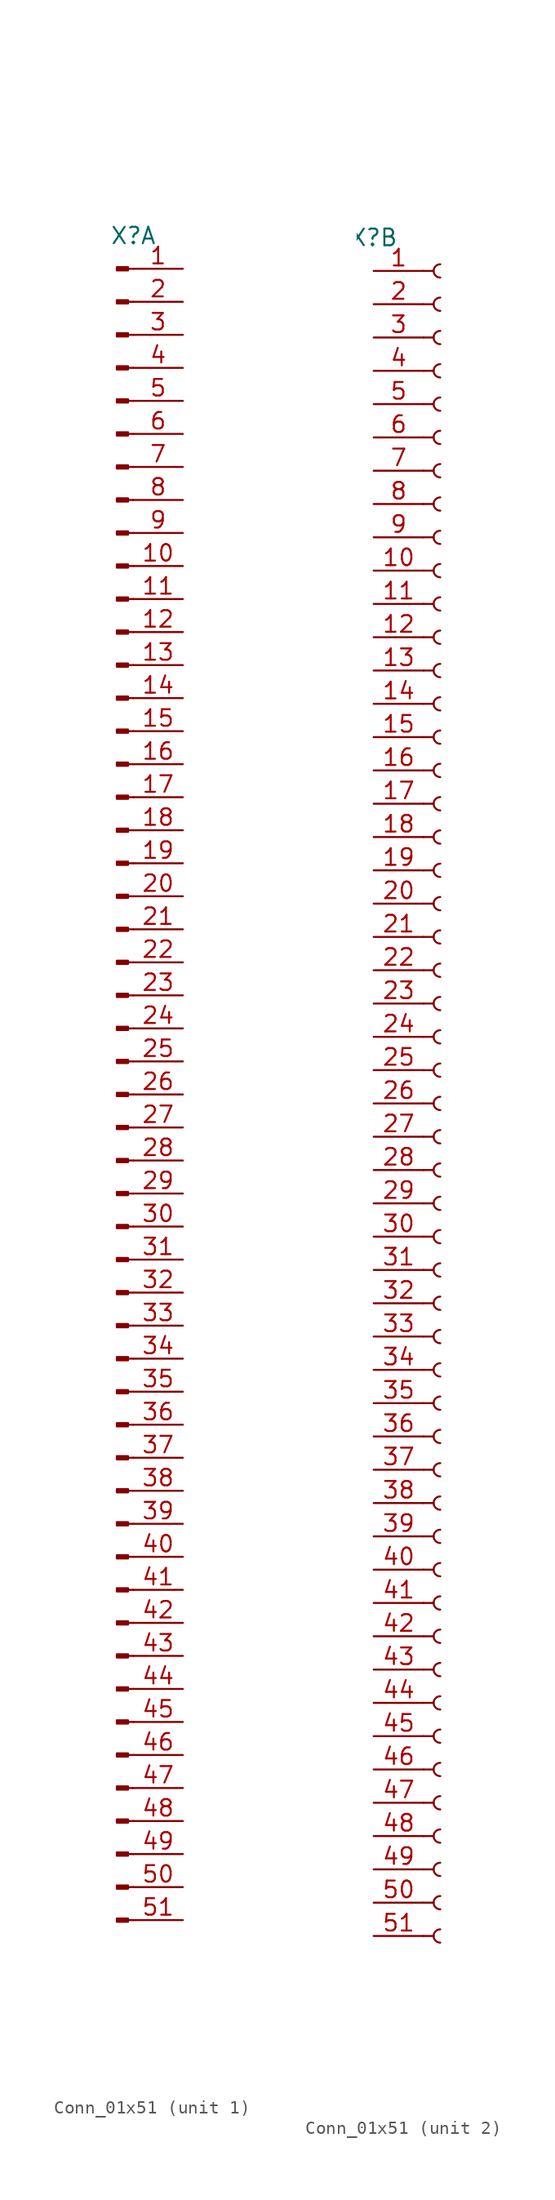
<source format=kicad_sym>
(kicad_symbol_lib
  (version 20241209)
  (generator "kicad_symbol_editor")
  (generator_version "9.0")
  (symbol "Conn_01x51"
    (pin_names
      (offset 1.016)
      (hide yes))
    (property "Reference" "X"
      (at 0 66.04 0)
      (effects (font (size 1.27 1.27))))
    (property "ki_locked" ""
      (at 0 0 0)
      (effects (font (size 1.27 1.27))))
    (symbol "Conn_01x51_1_1"
      (rectangle (start -0.406 63.627) (end -1.27 63.373) (stroke (width 0.152) (type default)) (fill (type outline)))
      (rectangle (start -0.406 61.087) (end -1.27 60.833) (stroke (width 0.152) (type default)) (fill (type outline)))
      (rectangle (start -0.406 58.547) (end -1.27 58.293) (stroke (width 0.152) (type default)) (fill (type outline)))
      (rectangle (start -0.406 56.007) (end -1.27 55.753) (stroke (width 0.152) (type default)) (fill (type outline)))
      (rectangle (start -0.406 53.467) (end -1.27 53.213) (stroke (width 0.152) (type default)) (fill (type outline)))
      (rectangle (start -0.406 50.927) (end -1.27 50.673) (stroke (width 0.152) (type default)) (fill (type outline)))
      (rectangle (start -0.406 48.387) (end -1.27 48.133) (stroke (width 0.152) (type default)) (fill (type outline)))
      (rectangle (start -0.406 45.847) (end -1.27 45.593) (stroke (width 0.152) (type default)) (fill (type outline)))
      (rectangle (start -0.406 43.307) (end -1.27 43.053) (stroke (width 0.152) (type default)) (fill (type outline)))
      (rectangle (start -0.406 40.767) (end -1.27 40.513) (stroke (width 0.152) (type default)) (fill (type outline)))
      (rectangle (start -0.406 38.227) (end -1.27 37.973) (stroke (width 0.152) (type default)) (fill (type outline)))
      (rectangle (start -0.406 35.687) (end -1.27 35.433) (stroke (width 0.152) (type default)) (fill (type outline)))
      (rectangle (start -0.406 33.147) (end -1.27 32.893) (stroke (width 0.152) (type default)) (fill (type outline)))
      (rectangle (start -0.406 30.607) (end -1.27 30.353) (stroke (width 0.152) (type default)) (fill (type outline)))
      (rectangle (start -0.406 28.067) (end -1.27 27.813) (stroke (width 0.152) (type default)) (fill (type outline)))
      (rectangle (start -0.406 25.527) (end -1.27 25.273) (stroke (width 0.152) (type default)) (fill (type outline)))
      (rectangle (start -0.406 22.987) (end -1.27 22.733) (stroke (width 0.152) (type default)) (fill (type outline)))
      (rectangle (start -0.406 20.447) (end -1.27 20.193) (stroke (width 0.152) (type default)) (fill (type outline)))
      (rectangle (start -0.406 17.907) (end -1.27 17.653) (stroke (width 0.152) (type default)) (fill (type outline)))
      (rectangle (start -0.406 15.367) (end -1.27 15.113) (stroke (width 0.152) (type default)) (fill (type outline)))
      (rectangle (start -0.406 12.827) (end -1.27 12.573) (stroke (width 0.152) (type default)) (fill (type outline)))
      (rectangle (start -0.406 10.287) (end -1.27 10.033) (stroke (width 0.152) (type default)) (fill (type outline)))
      (rectangle (start -0.406 7.747) (end -1.27 7.493) (stroke (width 0.152) (type default)) (fill (type outline)))
      (rectangle (start -0.406 5.207) (end -1.27 4.953) (stroke (width 0.152) (type default)) (fill (type outline)))
      (rectangle (start -0.406 2.667) (end -1.27 2.413) (stroke (width 0.152) (type default)) (fill (type outline)))
      (rectangle (start -0.406 0.127) (end -1.27 -0.127) (stroke (width 0.152) (type default)) (fill (type outline)))
      (rectangle (start -0.406 -2.413) (end -1.27 -2.667) (stroke (width 0.152) (type default)) (fill (type outline)))
      (rectangle (start -0.406 -4.953) (end -1.27 -5.207) (stroke (width 0.152) (type default)) (fill (type outline)))
      (rectangle (start -0.406 -7.493) (end -1.27 -7.747) (stroke (width 0.152) (type default)) (fill (type outline)))
      (rectangle (start -0.406 -10.033) (end -1.27 -10.287) (stroke (width 0.152) (type default)) (fill (type outline)))
      (rectangle (start -0.406 -12.573) (end -1.27 -12.827) (stroke (width 0.152) (type default)) (fill (type outline)))
      (rectangle (start -0.406 -15.113) (end -1.27 -15.367) (stroke (width 0.152) (type default)) (fill (type outline)))
      (rectangle (start -0.406 -17.653) (end -1.27 -17.907) (stroke (width 0.152) (type default)) (fill (type outline)))
      (rectangle (start -0.406 -20.193) (end -1.27 -20.447) (stroke (width 0.152) (type default)) (fill (type outline)))
      (rectangle (start -0.406 -22.733) (end -1.27 -22.987) (stroke (width 0.152) (type default)) (fill (type outline)))
      (rectangle (start -0.406 -25.273) (end -1.27 -25.527) (stroke (width 0.152) (type default)) (fill (type outline)))
      (rectangle (start -0.406 -27.813) (end -1.27 -28.067) (stroke (width 0.152) (type default)) (fill (type outline)))
      (rectangle (start -0.406 -30.353) (end -1.27 -30.607) (stroke (width 0.152) (type default)) (fill (type outline)))
      (rectangle (start -0.406 -32.893) (end -1.27 -33.147) (stroke (width 0.152) (type default)) (fill (type outline)))
      (rectangle (start -0.406 -35.433) (end -1.27 -35.687) (stroke (width 0.152) (type default)) (fill (type outline)))
      (rectangle (start -0.406 -37.973) (end -1.27 -38.227) (stroke (width 0.152) (type default)) (fill (type outline)))
      (rectangle (start -0.406 -40.513) (end -1.27 -40.767) (stroke (width 0.152) (type default)) (fill (type outline)))
      (rectangle (start -0.406 -43.053) (end -1.27 -43.307) (stroke (width 0.152) (type default)) (fill (type outline)))
      (rectangle (start -0.406 -45.593) (end -1.27 -45.847) (stroke (width 0.152) (type default)) (fill (type outline)))
      (rectangle (start -0.406 -48.133) (end -1.27 -48.387) (stroke (width 0.152) (type default)) (fill (type outline)))
      (rectangle (start -0.406 -50.673) (end -1.27 -50.927) (stroke (width 0.152) (type default)) (fill (type outline)))
      (rectangle (start -0.406 -53.213) (end -1.27 -53.467) (stroke (width 0.152) (type default)) (fill (type outline)))
      (rectangle (start -0.406 -55.753) (end -1.27 -56.007) (stroke (width 0.152) (type default)) (fill (type outline)))
      (rectangle (start -0.406 -58.293) (end -1.27 -58.547) (stroke (width 0.152) (type default)) (fill (type outline)))
      (rectangle (start -0.406 -60.833) (end -1.27 -61.087) (stroke (width 0.152) (type default)) (fill (type outline)))
      (rectangle (start -0.406 -63.373) (end -1.27 -63.627) (stroke (width 0.152) (type default)) (fill (type outline)))
      (polyline (pts (xy 0 63.5) (xy -0.406 63.5)) (stroke (width 0.152) (type default)) (fill (type none)))
      (polyline (pts (xy 0 60.96) (xy -0.406 60.96)) (stroke (width 0.152) (type default)) (fill (type none)))
      (polyline (pts (xy 0 58.42) (xy -0.406 58.42)) (stroke (width 0.152) (type default)) (fill (type none)))
      (polyline (pts (xy 0 55.88) (xy -0.406 55.88)) (stroke (width 0.152) (type default)) (fill (type none)))
      (polyline (pts (xy 0 53.34) (xy -0.406 53.34)) (stroke (width 0.152) (type default)) (fill (type none)))
      (polyline (pts (xy 0 50.8) (xy -0.406 50.8)) (stroke (width 0.152) (type default)) (fill (type none)))
      (polyline (pts (xy 0 48.26) (xy -0.406 48.26)) (stroke (width 0.152) (type default)) (fill (type none)))
      (polyline (pts (xy 0 45.72) (xy -0.406 45.72)) (stroke (width 0.152) (type default)) (fill (type none)))
      (polyline (pts (xy 0 43.18) (xy -0.406 43.18)) (stroke (width 0.152) (type default)) (fill (type none)))
      (polyline (pts (xy 0 40.64) (xy -0.406 40.64)) (stroke (width 0.152) (type default)) (fill (type none)))
      (polyline (pts (xy 0 38.1) (xy -0.406 38.1)) (stroke (width 0.152) (type default)) (fill (type none)))
      (polyline (pts (xy 0 35.56) (xy -0.406 35.56)) (stroke (width 0.152) (type default)) (fill (type none)))
      (polyline (pts (xy 0 33.02) (xy -0.406 33.02)) (stroke (width 0.152) (type default)) (fill (type none)))
      (polyline (pts (xy 0 30.48) (xy -0.406 30.48)) (stroke (width 0.152) (type default)) (fill (type none)))
      (polyline (pts (xy 0 27.94) (xy -0.406 27.94)) (stroke (width 0.152) (type default)) (fill (type none)))
      (polyline (pts (xy 0 25.4) (xy -0.406 25.4)) (stroke (width 0.152) (type default)) (fill (type none)))
      (polyline (pts (xy 0 22.86) (xy -0.406 22.86)) (stroke (width 0.152) (type default)) (fill (type none)))
      (polyline (pts (xy 0 20.32) (xy -0.406 20.32)) (stroke (width 0.152) (type default)) (fill (type none)))
      (polyline (pts (xy 0 17.78) (xy -0.406 17.78)) (stroke (width 0.152) (type default)) (fill (type none)))
      (polyline (pts (xy 0 15.24) (xy -0.406 15.24)) (stroke (width 0.152) (type default)) (fill (type none)))
      (polyline (pts (xy 0 12.7) (xy -0.406 12.7)) (stroke (width 0.152) (type default)) (fill (type none)))
      (polyline (pts (xy 0 10.16) (xy -0.406 10.16)) (stroke (width 0.152) (type default)) (fill (type none)))
      (polyline (pts (xy 0 7.62) (xy -0.406 7.62)) (stroke (width 0.152) (type default)) (fill (type none)))
      (polyline (pts (xy 0 5.08) (xy -0.406 5.08)) (stroke (width 0.152) (type default)) (fill (type none)))
      (polyline (pts (xy 0 2.54) (xy -0.406 2.54)) (stroke (width 0.152) (type default)) (fill (type none)))
      (polyline (pts (xy 0 0) (xy -0.406 0)) (stroke (width 0.152) (type default)) (fill (type none)))
      (polyline (pts (xy 0 -2.54) (xy -0.406 -2.54)) (stroke (width 0.152) (type default)) (fill (type none)))
      (polyline (pts (xy 0 -5.08) (xy -0.406 -5.08)) (stroke (width 0.152) (type default)) (fill (type none)))
      (polyline (pts (xy 0 -7.62) (xy -0.406 -7.62)) (stroke (width 0.152) (type default)) (fill (type none)))
      (polyline (pts (xy 0 -10.16) (xy -0.406 -10.16)) (stroke (width 0.152) (type default)) (fill (type none)))
      (polyline (pts (xy 0 -12.7) (xy -0.406 -12.7)) (stroke (width 0.152) (type default)) (fill (type none)))
      (polyline (pts (xy 0 -15.24) (xy -0.406 -15.24)) (stroke (width 0.152) (type default)) (fill (type none)))
      (polyline (pts (xy 0 -17.78) (xy -0.406 -17.78)) (stroke (width 0.152) (type default)) (fill (type none)))
      (polyline (pts (xy 0 -20.32) (xy -0.406 -20.32)) (stroke (width 0.152) (type default)) (fill (type none)))
      (polyline (pts (xy 0 -22.86) (xy -0.406 -22.86)) (stroke (width 0.152) (type default)) (fill (type none)))
      (polyline (pts (xy 0 -25.4) (xy -0.406 -25.4)) (stroke (width 0.152) (type default)) (fill (type none)))
      (polyline (pts (xy 0 -27.94) (xy -0.406 -27.94)) (stroke (width 0.152) (type default)) (fill (type none)))
      (polyline (pts (xy 0 -30.48) (xy -0.406 -30.48)) (stroke (width 0.152) (type default)) (fill (type none)))
      (polyline (pts (xy 0 -33.02) (xy -0.406 -33.02)) (stroke (width 0.152) (type default)) (fill (type none)))
      (polyline (pts (xy 0 -35.56) (xy -0.406 -35.56)) (stroke (width 0.152) (type default)) (fill (type none)))
      (polyline (pts (xy 0 -38.1) (xy -0.406 -38.1)) (stroke (width 0.152) (type default)) (fill (type none)))
      (polyline (pts (xy 0 -40.64) (xy -0.406 -40.64)) (stroke (width 0.152) (type default)) (fill (type none)))
      (polyline (pts (xy 0 -43.18) (xy -0.406 -43.18)) (stroke (width 0.152) (type default)) (fill (type none)))
      (polyline (pts (xy 0 -45.72) (xy -0.406 -45.72)) (stroke (width 0.152) (type default)) (fill (type none)))
      (polyline (pts (xy 0 -48.26) (xy -0.406 -48.26)) (stroke (width 0.152) (type default)) (fill (type none)))
      (polyline (pts (xy 0 -50.8) (xy -0.406 -50.8)) (stroke (width 0.152) (type default)) (fill (type none)))
      (polyline (pts (xy 0 -53.34) (xy -0.406 -53.34)) (stroke (width 0.152) (type default)) (fill (type none)))
      (polyline (pts (xy 0 -55.88) (xy -0.406 -55.88)) (stroke (width 0.152) (type default)) (fill (type none)))
      (polyline (pts (xy 0 -58.42) (xy -0.406 -58.42)) (stroke (width 0.152) (type default)) (fill (type none)))
      (polyline (pts (xy 0 -60.96) (xy -0.406 -60.96)) (stroke (width 0.152) (type default)) (fill (type none)))
      (polyline (pts (xy 0 -63.5) (xy -0.406 -63.5)) (stroke (width 0.152) (type default)) (fill (type none)))
      (pin passive line (at 3.81 63.5 180) (length 3.81) (name "Pin_1" (effects (font (size 1.27 1.27)))) (number "1" (effects (font (size 1.27 1.27)))))
      (pin passive line (at 3.81 60.96 180) (length 3.81) (name "Pin_2" (effects (font (size 1.27 1.27)))) (number "2" (effects (font (size 1.27 1.27)))))
      (pin passive line (at 3.81 58.42 180) (length 3.81) (name "Pin_3" (effects (font (size 1.27 1.27)))) (number "3" (effects (font (size 1.27 1.27)))))
      (pin passive line (at 3.81 55.88 180) (length 3.81) (name "Pin_4" (effects (font (size 1.27 1.27)))) (number "4" (effects (font (size 1.27 1.27)))))
      (pin passive line (at 3.81 53.34 180) (length 3.81) (name "Pin_5" (effects (font (size 1.27 1.27)))) (number "5" (effects (font (size 1.27 1.27)))))
      (pin passive line (at 3.81 50.8 180) (length 3.81) (name "Pin_6" (effects (font (size 1.27 1.27)))) (number "6" (effects (font (size 1.27 1.27)))))
      (pin passive line (at 3.81 48.26 180) (length 3.81) (name "Pin_7" (effects (font (size 1.27 1.27)))) (number "7" (effects (font (size 1.27 1.27)))))
      (pin passive line (at 3.81 45.72 180) (length 3.81) (name "Pin_8" (effects (font (size 1.27 1.27)))) (number "8" (effects (font (size 1.27 1.27)))))
      (pin passive line (at 3.81 43.18 180) (length 3.81) (name "Pin_9" (effects (font (size 1.27 1.27)))) (number "9" (effects (font (size 1.27 1.27)))))
      (pin passive line (at 3.81 40.64 180) (length 3.81) (name "Pin_10" (effects (font (size 1.27 1.27)))) (number "10" (effects (font (size 1.27 1.27)))))
      (pin passive line (at 3.81 38.1 180) (length 3.81) (name "Pin_11" (effects (font (size 1.27 1.27)))) (number "11" (effects (font (size 1.27 1.27)))))
      (pin passive line (at 3.81 35.56 180) (length 3.81) (name "Pin_12" (effects (font (size 1.27 1.27)))) (number "12" (effects (font (size 1.27 1.27)))))
      (pin passive line (at 3.81 33.02 180) (length 3.81) (name "Pin_13" (effects (font (size 1.27 1.27)))) (number "13" (effects (font (size 1.27 1.27)))))
      (pin passive line (at 3.81 30.48 180) (length 3.81) (name "Pin_14" (effects (font (size 1.27 1.27)))) (number "14" (effects (font (size 1.27 1.27)))))
      (pin passive line (at 3.81 27.94 180) (length 3.81) (name "Pin_15" (effects (font (size 1.27 1.27)))) (number "15" (effects (font (size 1.27 1.27)))))
      (pin passive line (at 3.81 25.4 180) (length 3.81) (name "Pin_16" (effects (font (size 1.27 1.27)))) (number "16" (effects (font (size 1.27 1.27)))))
      (pin passive line (at 3.81 22.86 180) (length 3.81) (name "Pin_17" (effects (font (size 1.27 1.27)))) (number "17" (effects (font (size 1.27 1.27)))))
      (pin passive line (at 3.81 20.32 180) (length 3.81) (name "Pin_18" (effects (font (size 1.27 1.27)))) (number "18" (effects (font (size 1.27 1.27)))))
      (pin passive line (at 3.81 17.78 180) (length 3.81) (name "Pin_19" (effects (font (size 1.27 1.27)))) (number "19" (effects (font (size 1.27 1.27)))))
      (pin passive line (at 3.81 15.24 180) (length 3.81) (name "Pin_20" (effects (font (size 1.27 1.27)))) (number "20" (effects (font (size 1.27 1.27)))))
      (pin passive line (at 3.81 12.7 180) (length 3.81) (name "Pin_21" (effects (font (size 1.27 1.27)))) (number "21" (effects (font (size 1.27 1.27)))))
      (pin passive line (at 3.81 10.16 180) (length 3.81) (name "Pin_22" (effects (font (size 1.27 1.27)))) (number "22" (effects (font (size 1.27 1.27)))))
      (pin passive line (at 3.81 7.62 180) (length 3.81) (name "Pin_23" (effects (font (size 1.27 1.27)))) (number "23" (effects (font (size 1.27 1.27)))))
      (pin passive line (at 3.81 5.08 180) (length 3.81) (name "Pin_24" (effects (font (size 1.27 1.27)))) (number "24" (effects (font (size 1.27 1.27)))))
      (pin passive line (at 3.81 2.54 180) (length 3.81) (name "Pin_25" (effects (font (size 1.27 1.27)))) (number "25" (effects (font (size 1.27 1.27)))))
      (pin passive line (at 3.81 0 180) (length 3.81) (name "Pin_26" (effects (font (size 1.27 1.27)))) (number "26" (effects (font (size 1.27 1.27)))))
      (pin passive line (at 3.81 -2.54 180) (length 3.81) (name "Pin_27" (effects (font (size 1.27 1.27)))) (number "27" (effects (font (size 1.27 1.27)))))
      (pin passive line (at 3.81 -5.08 180) (length 3.81) (name "Pin_28" (effects (font (size 1.27 1.27)))) (number "28" (effects (font (size 1.27 1.27)))))
      (pin passive line (at 3.81 -7.62 180) (length 3.81) (name "Pin_29" (effects (font (size 1.27 1.27)))) (number "29" (effects (font (size 1.27 1.27)))))
      (pin passive line (at 3.81 -10.16 180) (length 3.81) (name "Pin_30" (effects (font (size 1.27 1.27)))) (number "30" (effects (font (size 1.27 1.27)))))
      (pin passive line (at 3.81 -12.7 180) (length 3.81) (name "Pin_31" (effects (font (size 1.27 1.27)))) (number "31" (effects (font (size 1.27 1.27)))))
      (pin passive line (at 3.81 -15.24 180) (length 3.81) (name "Pin_32" (effects (font (size 1.27 1.27)))) (number "32" (effects (font (size 1.27 1.27)))))
      (pin passive line (at 3.81 -17.78 180) (length 3.81) (name "Pin_33" (effects (font (size 1.27 1.27)))) (number "33" (effects (font (size 1.27 1.27)))))
      (pin passive line (at 3.81 -20.32 180) (length 3.81) (name "Pin_34" (effects (font (size 1.27 1.27)))) (number "34" (effects (font (size 1.27 1.27)))))
      (pin passive line (at 3.81 -22.86 180) (length 3.81) (name "Pin_35" (effects (font (size 1.27 1.27)))) (number "35" (effects (font (size 1.27 1.27)))))
      (pin passive line (at 3.81 -25.4 180) (length 3.81) (name "Pin_36" (effects (font (size 1.27 1.27)))) (number "36" (effects (font (size 1.27 1.27)))))
      (pin passive line (at 3.81 -27.94 180) (length 3.81) (name "Pin_37" (effects (font (size 1.27 1.27)))) (number "37" (effects (font (size 1.27 1.27)))))
      (pin passive line (at 3.81 -30.48 180) (length 3.81) (name "Pin_38" (effects (font (size 1.27 1.27)))) (number "38" (effects (font (size 1.27 1.27)))))
      (pin passive line (at 3.81 -33.02 180) (length 3.81) (name "Pin_39" (effects (font (size 1.27 1.27)))) (number "39" (effects (font (size 1.27 1.27)))))
      (pin passive line (at 3.81 -35.56 180) (length 3.81) (name "Pin_40" (effects (font (size 1.27 1.27)))) (number "40" (effects (font (size 1.27 1.27)))))
      (pin passive line (at 3.81 -38.1 180) (length 3.81) (name "Pin_41" (effects (font (size 1.27 1.27)))) (number "41" (effects (font (size 1.27 1.27)))))
      (pin passive line (at 3.81 -40.64 180) (length 3.81) (name "Pin_42" (effects (font (size 1.27 1.27)))) (number "42" (effects (font (size 1.27 1.27)))))
      (pin passive line (at 3.81 -43.18 180) (length 3.81) (name "Pin_43" (effects (font (size 1.27 1.27)))) (number "43" (effects (font (size 1.27 1.27)))))
      (pin passive line (at 3.81 -45.72 180) (length 3.81) (name "Pin_44" (effects (font (size 1.27 1.27)))) (number "44" (effects (font (size 1.27 1.27)))))
      (pin passive line (at 3.81 -48.26 180) (length 3.81) (name "Pin_45" (effects (font (size 1.27 1.27)))) (number "45" (effects (font (size 1.27 1.27)))))
      (pin passive line (at 3.81 -50.8 180) (length 3.81) (name "Pin_46" (effects (font (size 1.27 1.27)))) (number "46" (effects (font (size 1.27 1.27)))))
      (pin passive line (at 3.81 -53.34 180) (length 3.81) (name "Pin_47" (effects (font (size 1.27 1.27)))) (number "47" (effects (font (size 1.27 1.27)))))
      (pin passive line (at 3.81 -55.88 180) (length 3.81) (name "Pin_48" (effects (font (size 1.27 1.27)))) (number "48" (effects (font (size 1.27 1.27)))))
      (pin passive line (at 3.81 -58.42 180) (length 3.81) (name "Pin_49" (effects (font (size 1.27 1.27)))) (number "49" (effects (font (size 1.27 1.27)))))
      (pin passive line (at 3.81 -60.96 180) (length 3.81) (name "Pin_50" (effects (font (size 1.27 1.27)))) (number "50" (effects (font (size 1.27 1.27)))))
      (pin passive line (at 3.81 -63.5 180) (length 3.81) (name "Pin_51" (effects (font (size 1.27 1.27)))) (number "51" (effects (font (size 1.27 1.27))))))
    (symbol "Conn_01x51_2_1"
      (polyline (pts (xy 3.81 63.5) (xy 4.572 63.5)) (stroke (width 0.152) (type default)) (fill (type none)))
      (polyline (pts (xy 3.81 60.96) (xy 4.572 60.96)) (stroke (width 0.152) (type default)) (fill (type none)))
      (polyline (pts (xy 3.81 58.42) (xy 4.572 58.42)) (stroke (width 0.152) (type default)) (fill (type none)))
      (polyline (pts (xy 3.81 55.88) (xy 4.572 55.88)) (stroke (width 0.152) (type default)) (fill (type none)))
      (polyline (pts (xy 3.81 53.34) (xy 4.572 53.34)) (stroke (width 0.152) (type default)) (fill (type none)))
      (polyline (pts (xy 3.81 50.8) (xy 4.572 50.8)) (stroke (width 0.152) (type default)) (fill (type none)))
      (polyline (pts (xy 3.81 48.26) (xy 4.572 48.26)) (stroke (width 0.152) (type default)) (fill (type none)))
      (polyline (pts (xy 3.81 45.72) (xy 4.572 45.72)) (stroke (width 0.152) (type default)) (fill (type none)))
      (polyline (pts (xy 3.81 43.18) (xy 4.572 43.18)) (stroke (width 0.152) (type default)) (fill (type none)))
      (polyline (pts (xy 3.81 40.64) (xy 4.572 40.64)) (stroke (width 0.152) (type default)) (fill (type none)))
      (polyline (pts (xy 3.81 38.1) (xy 4.572 38.1)) (stroke (width 0.152) (type default)) (fill (type none)))
      (polyline (pts (xy 3.81 35.56) (xy 4.572 35.56)) (stroke (width 0.152) (type default)) (fill (type none)))
      (polyline (pts (xy 3.81 33.02) (xy 4.572 33.02)) (stroke (width 0.152) (type default)) (fill (type none)))
      (polyline (pts (xy 3.81 30.48) (xy 4.572 30.48)) (stroke (width 0.152) (type default)) (fill (type none)))
      (polyline (pts (xy 3.81 27.94) (xy 4.572 27.94)) (stroke (width 0.152) (type default)) (fill (type none)))
      (polyline (pts (xy 3.81 25.4) (xy 4.572 25.4)) (stroke (width 0.152) (type default)) (fill (type none)))
      (polyline (pts (xy 3.81 22.86) (xy 4.572 22.86)) (stroke (width 0.152) (type default)) (fill (type none)))
      (polyline (pts (xy 3.81 20.32) (xy 4.572 20.32)) (stroke (width 0.152) (type default)) (fill (type none)))
      (polyline (pts (xy 3.81 17.78) (xy 4.572 17.78)) (stroke (width 0.152) (type default)) (fill (type none)))
      (polyline (pts (xy 3.81 15.24) (xy 4.572 15.24)) (stroke (width 0.152) (type default)) (fill (type none)))
      (polyline (pts (xy 3.81 12.7) (xy 4.572 12.7)) (stroke (width 0.152) (type default)) (fill (type none)))
      (polyline (pts (xy 3.81 10.16) (xy 4.572 10.16)) (stroke (width 0.152) (type default)) (fill (type none)))
      (polyline (pts (xy 3.81 7.62) (xy 4.572 7.62)) (stroke (width 0.152) (type default)) (fill (type none)))
      (polyline (pts (xy 3.81 5.08) (xy 4.572 5.08)) (stroke (width 0.152) (type default)) (fill (type none)))
      (polyline (pts (xy 3.81 2.54) (xy 4.572 2.54)) (stroke (width 0.152) (type default)) (fill (type none)))
      (polyline (pts (xy 3.81 0) (xy 4.572 0)) (stroke (width 0.152) (type default)) (fill (type none)))
      (polyline (pts (xy 3.81 -2.54) (xy 4.572 -2.54)) (stroke (width 0.152) (type default)) (fill (type none)))
      (polyline (pts (xy 3.81 -5.08) (xy 4.572 -5.08)) (stroke (width 0.152) (type default)) (fill (type none)))
      (polyline (pts (xy 3.81 -7.62) (xy 4.572 -7.62)) (stroke (width 0.152) (type default)) (fill (type none)))
      (polyline (pts (xy 3.81 -10.16) (xy 4.572 -10.16)) (stroke (width 0.152) (type default)) (fill (type none)))
      (polyline (pts (xy 3.81 -12.7) (xy 4.572 -12.7)) (stroke (width 0.152) (type default)) (fill (type none)))
      (polyline (pts (xy 3.81 -15.24) (xy 4.572 -15.24)) (stroke (width 0.152) (type default)) (fill (type none)))
      (polyline (pts (xy 3.81 -17.78) (xy 4.572 -17.78)) (stroke (width 0.152) (type default)) (fill (type none)))
      (polyline (pts (xy 3.81 -20.32) (xy 4.572 -20.32)) (stroke (width 0.152) (type default)) (fill (type none)))
      (polyline (pts (xy 3.81 -22.86) (xy 4.572 -22.86)) (stroke (width 0.152) (type default)) (fill (type none)))
      (polyline (pts (xy 3.81 -25.4) (xy 4.572 -25.4)) (stroke (width 0.152) (type default)) (fill (type none)))
      (polyline (pts (xy 3.81 -27.94) (xy 4.572 -27.94)) (stroke (width 0.152) (type default)) (fill (type none)))
      (polyline (pts (xy 3.81 -30.48) (xy 4.572 -30.48)) (stroke (width 0.152) (type default)) (fill (type none)))
      (polyline (pts (xy 3.81 -33.02) (xy 4.572 -33.02)) (stroke (width 0.152) (type default)) (fill (type none)))
      (polyline (pts (xy 3.81 -35.56) (xy 4.572 -35.56)) (stroke (width 0.152) (type default)) (fill (type none)))
      (polyline (pts (xy 3.81 -38.1) (xy 4.572 -38.1)) (stroke (width 0.152) (type default)) (fill (type none)))
      (polyline (pts (xy 3.81 -40.64) (xy 4.572 -40.64)) (stroke (width 0.152) (type default)) (fill (type none)))
      (polyline (pts (xy 3.81 -43.18) (xy 4.572 -43.18)) (stroke (width 0.152) (type default)) (fill (type none)))
      (polyline (pts (xy 3.81 -45.72) (xy 4.572 -45.72)) (stroke (width 0.152) (type default)) (fill (type none)))
      (polyline (pts (xy 3.81 -48.26) (xy 4.572 -48.26)) (stroke (width 0.152) (type default)) (fill (type none)))
      (polyline (pts (xy 3.81 -50.8) (xy 4.572 -50.8)) (stroke (width 0.152) (type default)) (fill (type none)))
      (polyline (pts (xy 3.81 -53.34) (xy 4.572 -53.34)) (stroke (width 0.152) (type default)) (fill (type none)))
      (polyline (pts (xy 3.81 -55.88) (xy 4.572 -55.88)) (stroke (width 0.152) (type default)) (fill (type none)))
      (polyline (pts (xy 3.81 -58.42) (xy 4.572 -58.42)) (stroke (width 0.152) (type default)) (fill (type none)))
      (polyline (pts (xy 3.81 -60.96) (xy 4.572 -60.96)) (stroke (width 0.152) (type default)) (fill (type none)))
      (polyline (pts (xy 3.81 -63.5) (xy 4.572 -63.5)) (stroke (width 0.152) (type default)) (fill (type none)))
      (arc (start 5.08 62.992) (mid 4.5742 63.5) (end 5.08 64.008) (stroke (width 0.1524) (type default)) (fill (type none)))
      (arc (start 5.08 60.452) (mid 4.5742 60.96) (end 5.08 61.468) (stroke (width 0.1524) (type default)) (fill (type none)))
      (arc (start 5.08 57.912) (mid 4.5742 58.42) (end 5.08 58.928) (stroke (width 0.1524) (type default)) (fill (type none)))
      (arc (start 5.08 55.372) (mid 4.5742 55.88) (end 5.08 56.388) (stroke (width 0.1524) (type default)) (fill (type none)))
      (arc (start 5.08 52.832) (mid 4.5742 53.34) (end 5.08 53.848) (stroke (width 0.1524) (type default)) (fill (type none)))
      (arc (start 5.08 50.292) (mid 4.5742 50.8) (end 5.08 51.308) (stroke (width 0.1524) (type default)) (fill (type none)))
      (arc (start 5.08 47.752) (mid 4.5742 48.26) (end 5.08 48.768) (stroke (width 0.1524) (type default)) (fill (type none)))
      (arc (start 5.08 45.212) (mid 4.5742 45.72) (end 5.08 46.228) (stroke (width 0.1524) (type default)) (fill (type none)))
      (arc (start 5.08 42.672) (mid 4.5742 43.18) (end 5.08 43.688) (stroke (width 0.1524) (type default)) (fill (type none)))
      (arc (start 5.08 40.132) (mid 4.5742 40.64) (end 5.08 41.148) (stroke (width 0.1524) (type default)) (fill (type none)))
      (arc (start 5.08 37.592) (mid 4.5742 38.1) (end 5.08 38.608) (stroke (width 0.1524) (type default)) (fill (type none)))
      (arc (start 5.08 35.052) (mid 4.5742 35.56) (end 5.08 36.068) (stroke (width 0.1524) (type default)) (fill (type none)))
      (arc (start 5.08 32.512) (mid 4.5742 33.02) (end 5.08 33.528) (stroke (width 0.1524) (type default)) (fill (type none)))
      (arc (start 5.08 29.972) (mid 4.5742 30.48) (end 5.08 30.988) (stroke (width 0.1524) (type default)) (fill (type none)))
      (arc (start 5.08 27.432) (mid 4.5742 27.94) (end 5.08 28.448) (stroke (width 0.1524) (type default)) (fill (type none)))
      (arc (start 5.08 24.892) (mid 4.5742 25.4) (end 5.08 25.908) (stroke (width 0.1524) (type default)) (fill (type none)))
      (arc (start 5.08 22.352) (mid 4.5742 22.86) (end 5.08 23.368) (stroke (width 0.1524) (type default)) (fill (type none)))
      (arc (start 5.08 19.812) (mid 4.5742 20.32) (end 5.08 20.828) (stroke (width 0.1524) (type default)) (fill (type none)))
      (arc (start 5.08 17.272) (mid 4.5742 17.78) (end 5.08 18.288) (stroke (width 0.1524) (type default)) (fill (type none)))
      (arc (start 5.08 14.732) (mid 4.5742 15.24) (end 5.08 15.748) (stroke (width 0.1524) (type default)) (fill (type none)))
      (arc (start 5.08 12.192) (mid 4.5742 12.7) (end 5.08 13.208) (stroke (width 0.1524) (type default)) (fill (type none)))
      (arc (start 5.08 9.652) (mid 4.5742 10.16) (end 5.08 10.668) (stroke (width 0.1524) (type default)) (fill (type none)))
      (arc (start 5.08 7.112) (mid 4.5742 7.62) (end 5.08 8.128) (stroke (width 0.1524) (type default)) (fill (type none)))
      (arc (start 5.08 4.572) (mid 4.5742 5.08) (end 5.08 5.588) (stroke (width 0.1524) (type default)) (fill (type none)))
      (arc (start 5.08 2.032) (mid 4.5742 2.54) (end 5.08 3.048) (stroke (width 0.1524) (type default)) (fill (type none)))
      (arc (start 5.08 -0.508) (mid 4.5742 0) (end 5.08 0.508) (stroke (width 0.1524) (type default)) (fill (type none)))
      (arc (start 5.08 -3.048) (mid 4.5742 -2.54) (end 5.08 -2.032) (stroke (width 0.1524) (type default)) (fill (type none)))
      (arc (start 5.08 -5.588) (mid 4.5742 -5.08) (end 5.08 -4.572) (stroke (width 0.1524) (type default)) (fill (type none)))
      (arc (start 5.08 -8.128) (mid 4.5742 -7.62) (end 5.08 -7.112) (stroke (width 0.1524) (type default)) (fill (type none)))
      (arc (start 5.08 -10.668) (mid 4.5742 -10.16) (end 5.08 -9.652) (stroke (width 0.1524) (type default)) (fill (type none)))
      (arc (start 5.08 -13.208) (mid 4.5742 -12.7) (end 5.08 -12.192) (stroke (width 0.1524) (type default)) (fill (type none)))
      (arc (start 5.08 -15.748) (mid 4.5742 -15.24) (end 5.08 -14.732) (stroke (width 0.1524) (type default)) (fill (type none)))
      (arc (start 5.08 -18.288) (mid 4.5742 -17.78) (end 5.08 -17.272) (stroke (width 0.1524) (type default)) (fill (type none)))
      (arc (start 5.08 -20.828) (mid 4.5742 -20.32) (end 5.08 -19.812) (stroke (width 0.1524) (type default)) (fill (type none)))
      (arc (start 5.08 -23.368) (mid 4.5742 -22.86) (end 5.08 -22.352) (stroke (width 0.1524) (type default)) (fill (type none)))
      (arc (start 5.08 -25.908) (mid 4.5742 -25.4) (end 5.08 -24.892) (stroke (width 0.1524) (type default)) (fill (type none)))
      (arc (start 5.08 -28.448) (mid 4.5742 -27.94) (end 5.08 -27.432) (stroke (width 0.1524) (type default)) (fill (type none)))
      (arc (start 5.08 -30.988) (mid 4.5742 -30.48) (end 5.08 -29.972) (stroke (width 0.1524) (type default)) (fill (type none)))
      (arc (start 5.08 -33.528) (mid 4.5742 -33.02) (end 5.08 -32.512) (stroke (width 0.1524) (type default)) (fill (type none)))
      (arc (start 5.08 -36.068) (mid 4.5742 -35.56) (end 5.08 -35.052) (stroke (width 0.1524) (type default)) (fill (type none)))
      (arc (start 5.08 -38.608) (mid 4.5742 -38.1) (end 5.08 -37.592) (stroke (width 0.1524) (type default)) (fill (type none)))
      (arc (start 5.08 -41.148) (mid 4.5742 -40.64) (end 5.08 -40.132) (stroke (width 0.1524) (type default)) (fill (type none)))
      (arc (start 5.08 -43.688) (mid 4.5742 -43.18) (end 5.08 -42.672) (stroke (width 0.1524) (type default)) (fill (type none)))
      (arc (start 5.08 -46.228) (mid 4.5742 -45.72) (end 5.08 -45.212) (stroke (width 0.1524) (type default)) (fill (type none)))
      (arc (start 5.08 -48.768) (mid 4.5742 -48.26) (end 5.08 -47.752) (stroke (width 0.1524) (type default)) (fill (type none)))
      (arc (start 5.08 -51.308) (mid 4.5742 -50.8) (end 5.08 -50.292) (stroke (width 0.1524) (type default)) (fill (type none)))
      (arc (start 5.08 -53.848) (mid 4.5742 -53.34) (end 5.08 -52.832) (stroke (width 0.1524) (type default)) (fill (type none)))
      (arc (start 5.08 -56.388) (mid 4.5742 -55.88) (end 5.08 -55.372) (stroke (width 0.1524) (type default)) (fill (type none)))
      (arc (start 5.08 -58.928) (mid 4.5742 -58.42) (end 5.08 -57.912) (stroke (width 0.1524) (type default)) (fill (type none)))
      (arc (start 5.08 -61.468) (mid 4.5742 -60.96) (end 5.08 -60.452) (stroke (width 0.1524) (type default)) (fill (type none)))
      (arc (start 5.08 -64.008) (mid 4.5742 -63.5) (end 5.08 -62.992) (stroke (width 0.1524) (type default)) (fill (type none)))
      (pin passive line (at 0 63.5 0) (length 3.81) (name "Pin_1" (effects (font (size 1.27 1.27)))) (number "1" (effects (font (size 1.27 1.27)))))
      (pin passive line (at 0 60.96 0) (length 3.81) (name "Pin_2" (effects (font (size 1.27 1.27)))) (number "2" (effects (font (size 1.27 1.27)))))
      (pin passive line (at 0 58.42 0) (length 3.81) (name "Pin_3" (effects (font (size 1.27 1.27)))) (number "3" (effects (font (size 1.27 1.27)))))
      (pin passive line (at 0 55.88 0) (length 3.81) (name "Pin_4" (effects (font (size 1.27 1.27)))) (number "4" (effects (font (size 1.27 1.27)))))
      (pin passive line (at 0 53.34 0) (length 3.81) (name "Pin_5" (effects (font (size 1.27 1.27)))) (number "5" (effects (font (size 1.27 1.27)))))
      (pin passive line (at 0 50.8 0) (length 3.81) (name "Pin_6" (effects (font (size 1.27 1.27)))) (number "6" (effects (font (size 1.27 1.27)))))
      (pin passive line (at 0 48.26 0) (length 3.81) (name "Pin_7" (effects (font (size 1.27 1.27)))) (number "7" (effects (font (size 1.27 1.27)))))
      (pin passive line (at 0 45.72 0) (length 3.81) (name "Pin_8" (effects (font (size 1.27 1.27)))) (number "8" (effects (font (size 1.27 1.27)))))
      (pin passive line (at 0 43.18 0) (length 3.81) (name "Pin_9" (effects (font (size 1.27 1.27)))) (number "9" (effects (font (size 1.27 1.27)))))
      (pin passive line (at 0 40.64 0) (length 3.81) (name "Pin_10" (effects (font (size 1.27 1.27)))) (number "10" (effects (font (size 1.27 1.27)))))
      (pin passive line (at 0 38.1 0) (length 3.81) (name "Pin_11" (effects (font (size 1.27 1.27)))) (number "11" (effects (font (size 1.27 1.27)))))
      (pin passive line (at 0 35.56 0) (length 3.81) (name "Pin_12" (effects (font (size 1.27 1.27)))) (number "12" (effects (font (size 1.27 1.27)))))
      (pin passive line (at 0 33.02 0) (length 3.81) (name "Pin_13" (effects (font (size 1.27 1.27)))) (number "13" (effects (font (size 1.27 1.27)))))
      (pin passive line (at 0 30.48 0) (length 3.81) (name "Pin_14" (effects (font (size 1.27 1.27)))) (number "14" (effects (font (size 1.27 1.27)))))
      (pin passive line (at 0 27.94 0) (length 3.81) (name "Pin_15" (effects (font (size 1.27 1.27)))) (number "15" (effects (font (size 1.27 1.27)))))
      (pin passive line (at 0 25.4 0) (length 3.81) (name "Pin_16" (effects (font (size 1.27 1.27)))) (number "16" (effects (font (size 1.27 1.27)))))
      (pin passive line (at 0 22.86 0) (length 3.81) (name "Pin_17" (effects (font (size 1.27 1.27)))) (number "17" (effects (font (size 1.27 1.27)))))
      (pin passive line (at 0 20.32 0) (length 3.81) (name "Pin_18" (effects (font (size 1.27 1.27)))) (number "18" (effects (font (size 1.27 1.27)))))
      (pin passive line (at 0 17.78 0) (length 3.81) (name "Pin_19" (effects (font (size 1.27 1.27)))) (number "19" (effects (font (size 1.27 1.27)))))
      (pin passive line (at 0 15.24 0) (length 3.81) (name "Pin_20" (effects (font (size 1.27 1.27)))) (number "20" (effects (font (size 1.27 1.27)))))
      (pin passive line (at 0 12.7 0) (length 3.81) (name "Pin_21" (effects (font (size 1.27 1.27)))) (number "21" (effects (font (size 1.27 1.27)))))
      (pin passive line (at 0 10.16 0) (length 3.81) (name "Pin_22" (effects (font (size 1.27 1.27)))) (number "22" (effects (font (size 1.27 1.27)))))
      (pin passive line (at 0 7.62 0) (length 3.81) (name "Pin_23" (effects (font (size 1.27 1.27)))) (number "23" (effects (font (size 1.27 1.27)))))
      (pin passive line (at 0 5.08 0) (length 3.81) (name "Pin_24" (effects (font (size 1.27 1.27)))) (number "24" (effects (font (size 1.27 1.27)))))
      (pin passive line (at 0 2.54 0) (length 3.81) (name "Pin_25" (effects (font (size 1.27 1.27)))) (number "25" (effects (font (size 1.27 1.27)))))
      (pin passive line (at 0 0 0) (length 3.81) (name "Pin_26" (effects (font (size 1.27 1.27)))) (number "26" (effects (font (size 1.27 1.27)))))
      (pin passive line (at 0 -2.54 0) (length 3.81) (name "Pin_27" (effects (font (size 1.27 1.27)))) (number "27" (effects (font (size 1.27 1.27)))))
      (pin passive line (at 0 -5.08 0) (length 3.81) (name "Pin_28" (effects (font (size 1.27 1.27)))) (number "28" (effects (font (size 1.27 1.27)))))
      (pin passive line (at 0 -7.62 0) (length 3.81) (name "Pin_29" (effects (font (size 1.27 1.27)))) (number "29" (effects (font (size 1.27 1.27)))))
      (pin passive line (at 0 -10.16 0) (length 3.81) (name "Pin_30" (effects (font (size 1.27 1.27)))) (number "30" (effects (font (size 1.27 1.27)))))
      (pin passive line (at 0 -12.7 0) (length 3.81) (name "Pin_31" (effects (font (size 1.27 1.27)))) (number "31" (effects (font (size 1.27 1.27)))))
      (pin passive line (at 0 -15.24 0) (length 3.81) (name "Pin_32" (effects (font (size 1.27 1.27)))) (number "32" (effects (font (size 1.27 1.27)))))
      (pin passive line (at 0 -17.78 0) (length 3.81) (name "Pin_33" (effects (font (size 1.27 1.27)))) (number "33" (effects (font (size 1.27 1.27)))))
      (pin passive line (at 0 -20.32 0) (length 3.81) (name "Pin_34" (effects (font (size 1.27 1.27)))) (number "34" (effects (font (size 1.27 1.27)))))
      (pin passive line (at 0 -22.86 0) (length 3.81) (name "Pin_35" (effects (font (size 1.27 1.27)))) (number "35" (effects (font (size 1.27 1.27)))))
      (pin passive line (at 0 -25.4 0) (length 3.81) (name "Pin_36" (effects (font (size 1.27 1.27)))) (number "36" (effects (font (size 1.27 1.27)))))
      (pin passive line (at 0 -27.94 0) (length 3.81) (name "Pin_37" (effects (font (size 1.27 1.27)))) (number "37" (effects (font (size 1.27 1.27)))))
      (pin passive line (at 0 -30.48 0) (length 3.81) (name "Pin_38" (effects (font (size 1.27 1.27)))) (number "38" (effects (font (size 1.27 1.27)))))
      (pin passive line (at 0 -33.02 0) (length 3.81) (name "Pin_39" (effects (font (size 1.27 1.27)))) (number "39" (effects (font (size 1.27 1.27)))))
      (pin passive line (at 0 -35.56 0) (length 3.81) (name "Pin_40" (effects (font (size 1.27 1.27)))) (number "40" (effects (font (size 1.27 1.27)))))
      (pin passive line (at 0 -38.1 0) (length 3.81) (name "Pin_41" (effects (font (size 1.27 1.27)))) (number "41" (effects (font (size 1.27 1.27)))))
      (pin passive line (at 0 -40.64 0) (length 3.81) (name "Pin_42" (effects (font (size 1.27 1.27)))) (number "42" (effects (font (size 1.27 1.27)))))
      (pin passive line (at 0 -43.18 0) (length 3.81) (name "Pin_43" (effects (font (size 1.27 1.27)))) (number "43" (effects (font (size 1.27 1.27)))))
      (pin passive line (at 0 -45.72 0) (length 3.81) (name "Pin_44" (effects (font (size 1.27 1.27)))) (number "44" (effects (font (size 1.27 1.27)))))
      (pin passive line (at 0 -48.26 0) (length 3.81) (name "Pin_45" (effects (font (size 1.27 1.27)))) (number "45" (effects (font (size 1.27 1.27)))))
      (pin passive line (at 0 -50.8 0) (length 3.81) (name "Pin_46" (effects (font (size 1.27 1.27)))) (number "46" (effects (font (size 1.27 1.27)))))
      (pin passive line (at 0 -53.34 0) (length 3.81) (name "Pin_47" (effects (font (size 1.27 1.27)))) (number "47" (effects (font (size 1.27 1.27)))))
      (pin passive line (at 0 -55.88 0) (length 3.81) (name "Pin_48" (effects (font (size 1.27 1.27)))) (number "48" (effects (font (size 1.27 1.27)))))
      (pin passive line (at 0 -58.42 0) (length 3.81) (name "Pin_49" (effects (font (size 1.27 1.27)))) (number "49" (effects (font (size 1.27 1.27)))))
      (pin passive line (at 0 -60.96 0) (length 3.81) (name "Pin_50" (effects (font (size 1.27 1.27)))) (number "50" (effects (font (size 1.27 1.27)))))
      (pin passive line (at 0 -63.5 0) (length 3.81) (name "Pin_51" (effects (font (size 1.27 1.27)))) (number "51" (effects (font (size 1.27 1.27))))))))
</source>
